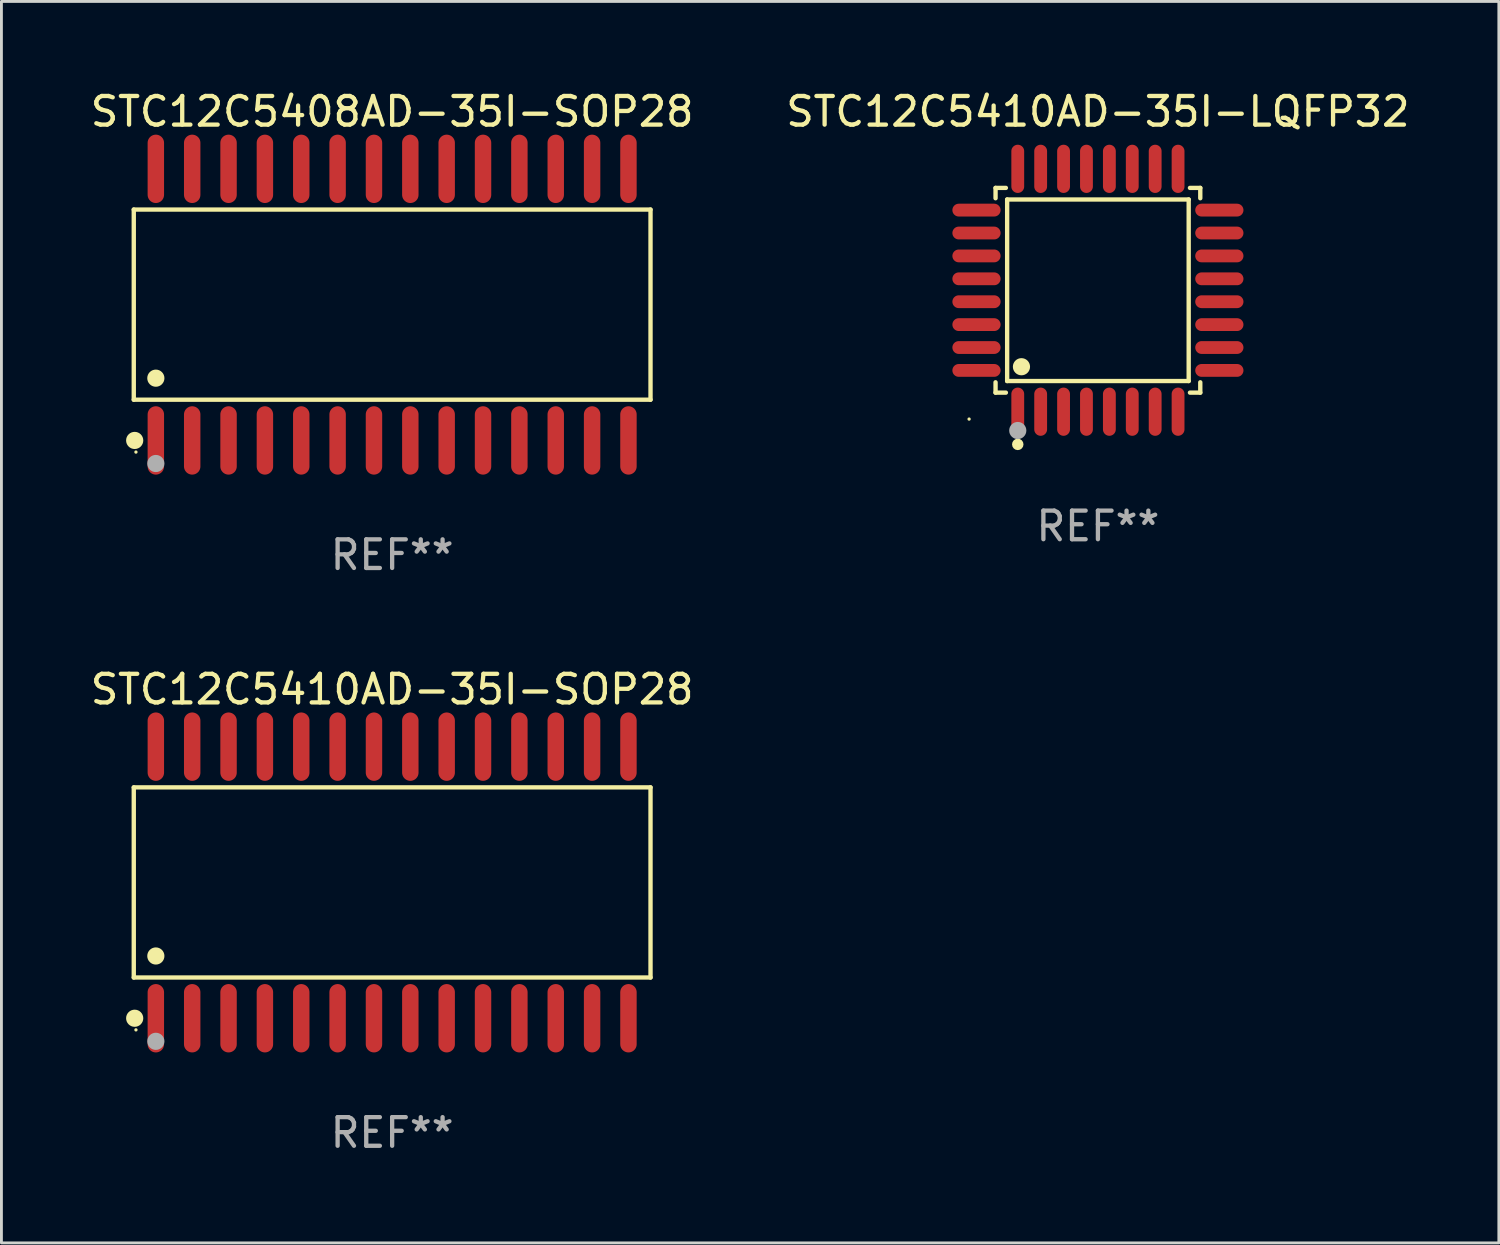
<source format=kicad_pcb>
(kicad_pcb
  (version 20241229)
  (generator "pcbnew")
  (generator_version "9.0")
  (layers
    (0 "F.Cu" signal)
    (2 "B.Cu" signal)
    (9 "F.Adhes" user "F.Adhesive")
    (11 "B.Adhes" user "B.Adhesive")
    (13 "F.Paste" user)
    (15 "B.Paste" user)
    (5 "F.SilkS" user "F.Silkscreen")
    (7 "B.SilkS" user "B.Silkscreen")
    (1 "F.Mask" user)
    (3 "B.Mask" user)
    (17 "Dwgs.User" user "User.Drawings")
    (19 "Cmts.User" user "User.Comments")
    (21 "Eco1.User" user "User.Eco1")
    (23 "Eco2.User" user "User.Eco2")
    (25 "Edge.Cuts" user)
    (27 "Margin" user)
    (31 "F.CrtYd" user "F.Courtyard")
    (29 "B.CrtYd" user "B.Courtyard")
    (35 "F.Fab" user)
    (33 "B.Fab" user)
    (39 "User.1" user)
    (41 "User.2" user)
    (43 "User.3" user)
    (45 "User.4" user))
  (footprint "STC12C5410AD-35I-LQFP32"
    (layer "F.Cu")
    (at 35.304 7.09)
    (property "Reference" "STC12C5410AD-35I-LQFP32" (at 0 -6.242 0) (layer "F.SilkS") (effects (font (size 1 1) (thickness 0.15))))
    (attr through_hole)
    (fp_line (start -3.576 -3.576) (end -3.215 -3.576) (stroke (width 0.152) (type solid)) (layer "F.SilkS"))
    (fp_line (start -3.576 -3.215) (end -3.576 -3.576) (stroke (width 0.152) (type solid)) (layer "F.SilkS"))
    (fp_line (start -3.576 3.215) (end -3.576 3.576) (stroke (width 0.152) (type solid)) (layer "F.SilkS"))
    (fp_line (start -3.576 3.576) (end -3.215 3.576) (stroke (width 0.152) (type solid)) (layer "F.SilkS"))
    (fp_line (start -3.171 -3.171) (end 3.171 -3.171) (stroke (width 0.152) (type solid)) (layer "F.SilkS"))
    (fp_line (start -3.171 3.171) (end -3.171 -3.171) (stroke (width 0.152) (type solid)) (layer "F.SilkS"))
    (fp_line (start 3.171 -3.171) (end 3.171 3.171) (stroke (width 0.152) (type solid)) (layer "F.SilkS"))
    (fp_line (start 3.171 3.171) (end -3.171 3.171) (stroke (width 0.152) (type solid)) (layer "F.SilkS"))
    (fp_line (start 3.576 -3.576) (end 3.215 -3.576) (stroke (width 0.152) (type solid)) (layer "F.SilkS"))
    (fp_line (start 3.576 -3.215) (end 3.576 -3.576) (stroke (width 0.152) (type solid)) (layer "F.SilkS"))
    (fp_line (start 3.576 3.215) (end 3.576 3.576) (stroke (width 0.152) (type solid)) (layer "F.SilkS"))
    (fp_line (start 3.576 3.576) (end 3.215 3.576) (stroke (width 0.152) (type solid)) (layer "F.SilkS"))
    (fp_circle (center -4.5 4.5) (end -4.47 4.5) (stroke (width 0.06) (type solid)) (fill no) (layer "F.SilkS"))
    (fp_circle (center -2.8 5.384) (end -2.7 5.384) (stroke (width 0.2) (type solid)) (fill no) (layer "F.SilkS"))
    (fp_circle (center -2.671 2.671) (end -2.521 2.671) (stroke (width 0.3) (type solid)) (fill no) (layer "F.SilkS"))
    (fp_circle (center -2.8 4.9) (end -2.65 4.9) (stroke (width 0.3) (type solid)) (fill no) (layer "F.Fab"))
    (fp_text user "REF**" (at 0 8.242 0) (layer "F.Fab") (effects (font (size 1 1) (thickness 0.15))))
    (pad "1" smd oval (at -2.8 4.242) (size 0.448 1.684) (layers "F.Cu" "F.Mask" "F.Paste"))
    (pad "2" smd oval (at -2 4.242) (size 0.448 1.684) (layers "F.Cu" "F.Mask" "F.Paste"))
    (pad "3" smd oval (at -1.2 4.242) (size 0.448 1.684) (layers "F.Cu" "F.Mask" "F.Paste"))
    (pad "4" smd oval (at -0.4 4.242) (size 0.448 1.684) (layers "F.Cu" "F.Mask" "F.Paste"))
    (pad "5" smd oval (at 0.4 4.242) (size 0.448 1.684) (layers "F.Cu" "F.Mask" "F.Paste"))
    (pad "6" smd oval (at 1.2 4.242) (size 0.448 1.684) (layers "F.Cu" "F.Mask" "F.Paste"))
    (pad "7" smd oval (at 2 4.242) (size 0.448 1.684) (layers "F.Cu" "F.Mask" "F.Paste"))
    (pad "8" smd oval (at 2.8 4.242) (size 0.448 1.684) (layers "F.Cu" "F.Mask" "F.Paste"))
    (pad "9" smd oval (at 4.242 2.8) (size 1.684 0.448) (layers "F.Cu" "F.Mask" "F.Paste"))
    (pad "10" smd oval (at 4.242 2) (size 1.684 0.448) (layers "F.Cu" "F.Mask" "F.Paste"))
    (pad "11" smd oval (at 4.242 1.2) (size 1.684 0.448) (layers "F.Cu" "F.Mask" "F.Paste"))
    (pad "12" smd oval (at 4.242 0.4) (size 1.684 0.448) (layers "F.Cu" "F.Mask" "F.Paste"))
    (pad "13" smd oval (at 4.242 -0.4) (size 1.684 0.448) (layers "F.Cu" "F.Mask" "F.Paste"))
    (pad "14" smd oval (at 4.242 -1.2) (size 1.684 0.448) (layers "F.Cu" "F.Mask" "F.Paste"))
    (pad "15" smd oval (at 4.242 -2) (size 1.684 0.448) (layers "F.Cu" "F.Mask" "F.Paste"))
    (pad "16" smd oval (at 4.242 -2.8) (size 1.684 0.448) (layers "F.Cu" "F.Mask" "F.Paste"))
    (pad "17" smd oval (at 2.8 -4.242) (size 0.448 1.684) (layers "F.Cu" "F.Mask" "F.Paste"))
    (pad "18" smd oval (at 2 -4.242) (size 0.448 1.684) (layers "F.Cu" "F.Mask" "F.Paste"))
    (pad "19" smd oval (at 1.2 -4.242) (size 0.448 1.684) (layers "F.Cu" "F.Mask" "F.Paste"))
    (pad "20" smd oval (at 0.4 -4.242) (size 0.448 1.684) (layers "F.Cu" "F.Mask" "F.Paste"))
    (pad "21" smd oval (at -0.4 -4.242) (size 0.448 1.684) (layers "F.Cu" "F.Mask" "F.Paste"))
    (pad "22" smd oval (at -1.2 -4.242) (size 0.448 1.684) (layers "F.Cu" "F.Mask" "F.Paste"))
    (pad "23" smd oval (at -2 -4.242) (size 0.448 1.684) (layers "F.Cu" "F.Mask" "F.Paste"))
    (pad "24" smd oval (at -2.8 -4.242) (size 0.448 1.684) (layers "F.Cu" "F.Mask" "F.Paste"))
    (pad "25" smd oval (at -4.242 -2.8) (size 1.684 0.448) (layers "F.Cu" "F.Mask" "F.Paste"))
    (pad "26" smd oval (at -4.242 -2) (size 1.684 0.448) (layers "F.Cu" "F.Mask" "F.Paste"))
    (pad "27" smd oval (at -4.242 -1.2) (size 1.684 0.448) (layers "F.Cu" "F.Mask" "F.Paste"))
    (pad "28" smd oval (at -4.242 -0.4) (size 1.684 0.448) (layers "F.Cu" "F.Mask" "F.Paste"))
    (pad "29" smd oval (at -4.242 0.4) (size 1.684 0.448) (layers "F.Cu" "F.Mask" "F.Paste"))
    (pad "30" smd oval (at -4.242 1.2) (size 1.684 0.448) (layers "F.Cu" "F.Mask" "F.Paste"))
    (pad "31" smd oval (at -4.242 2) (size 1.684 0.448) (layers "F.Cu" "F.Mask" "F.Paste"))
    (pad "32" smd oval (at -4.242 2.8) (size 1.684 0.448) (layers "F.Cu" "F.Mask" "F.Paste")))
  (footprint "STC12C5410AD-35I-SOP28"
    (layer "F.Cu")
    (at 10.649 27.777)
    (property "Reference" "STC12C5410AD-35I-SOP28" (at 0 -6.744 0) (layer "F.SilkS") (effects (font (size 1 1) (thickness 0.15))))
    (attr through_hole)
    (fp_line (start -9.026 -3.321) (end 9.026 -3.321) (stroke (width 0.152) (type solid)) (layer "F.SilkS"))
    (fp_line (start -9.026 3.321) (end -9.026 -3.321) (stroke (width 0.152) (type solid)) (layer "F.SilkS"))
    (fp_line (start 9.026 -3.321) (end 9.026 3.321) (stroke (width 0.152) (type solid)) (layer "F.SilkS"))
    (fp_line (start 9.026 3.321) (end -9.026 3.321) (stroke (width 0.152) (type solid)) (layer "F.SilkS"))
    (fp_circle (center -8.994 4.744) (end -8.844 4.744) (stroke (width 0.3) (type solid)) (fill no) (layer "F.SilkS"))
    (fp_circle (center -8.95 5.15) (end -8.92 5.15) (stroke (width 0.06) (type solid)) (fill no) (layer "F.SilkS"))
    (fp_circle (center -8.255 2.569) (end -8.105 2.569) (stroke (width 0.3) (type solid)) (fill no) (layer "F.SilkS"))
    (fp_circle (center -8.255 5.55) (end -8.105 5.55) (stroke (width 0.3) (type solid)) (fill no) (layer "F.Fab"))
    (fp_text user "REF**" (at 0 8.744 0) (layer "F.Fab") (effects (font (size 1 1) (thickness 0.15))))
    (pad "1" smd oval (at -8.255 4.744) (size 0.574 2.388) (layers "F.Cu" "F.Mask" "F.Paste"))
    (pad "2" smd oval (at -6.985 4.744) (size 0.574 2.388) (layers "F.Cu" "F.Mask" "F.Paste"))
    (pad "3" smd oval (at -5.715 4.744) (size 0.574 2.388) (layers "F.Cu" "F.Mask" "F.Paste"))
    (pad "4" smd oval (at -4.445 4.744) (size 0.574 2.388) (layers "F.Cu" "F.Mask" "F.Paste"))
    (pad "5" smd oval (at -3.175 4.744) (size 0.574 2.388) (layers "F.Cu" "F.Mask" "F.Paste"))
    (pad "6" smd oval (at -1.905 4.744) (size 0.574 2.388) (layers "F.Cu" "F.Mask" "F.Paste"))
    (pad "7" smd oval (at -0.635 4.744) (size 0.574 2.388) (layers "F.Cu" "F.Mask" "F.Paste"))
    (pad "8" smd oval (at 0.635 4.744) (size 0.574 2.388) (layers "F.Cu" "F.Mask" "F.Paste"))
    (pad "9" smd oval (at 1.905 4.744) (size 0.574 2.388) (layers "F.Cu" "F.Mask" "F.Paste"))
    (pad "10" smd oval (at 3.175 4.744) (size 0.574 2.388) (layers "F.Cu" "F.Mask" "F.Paste"))
    (pad "11" smd oval (at 4.445 4.744) (size 0.574 2.388) (layers "F.Cu" "F.Mask" "F.Paste"))
    (pad "12" smd oval (at 5.715 4.744) (size 0.574 2.388) (layers "F.Cu" "F.Mask" "F.Paste"))
    (pad "13" smd oval (at 6.985 4.744) (size 0.574 2.388) (layers "F.Cu" "F.Mask" "F.Paste"))
    (pad "14" smd oval (at 8.255 4.744) (size 0.574 2.388) (layers "F.Cu" "F.Mask" "F.Paste"))
    (pad "15" smd oval (at 8.255 -4.744) (size 0.574 2.388) (layers "F.Cu" "F.Mask" "F.Paste"))
    (pad "16" smd oval (at 6.985 -4.744) (size 0.574 2.388) (layers "F.Cu" "F.Mask" "F.Paste"))
    (pad "17" smd oval (at 5.715 -4.744) (size 0.574 2.388) (layers "F.Cu" "F.Mask" "F.Paste"))
    (pad "18" smd oval (at 4.445 -4.744) (size 0.574 2.388) (layers "F.Cu" "F.Mask" "F.Paste"))
    (pad "19" smd oval (at 3.175 -4.744) (size 0.574 2.388) (layers "F.Cu" "F.Mask" "F.Paste"))
    (pad "20" smd oval (at 1.905 -4.744) (size 0.574 2.388) (layers "F.Cu" "F.Mask" "F.Paste"))
    (pad "21" smd oval (at 0.635 -4.744) (size 0.574 2.388) (layers "F.Cu" "F.Mask" "F.Paste"))
    (pad "22" smd oval (at -0.635 -4.744) (size 0.574 2.388) (layers "F.Cu" "F.Mask" "F.Paste"))
    (pad "23" smd oval (at -1.905 -4.744) (size 0.574 2.388) (layers "F.Cu" "F.Mask" "F.Paste"))
    (pad "24" smd oval (at -3.175 -4.744) (size 0.574 2.388) (layers "F.Cu" "F.Mask" "F.Paste"))
    (pad "25" smd oval (at -4.445 -4.744) (size 0.574 2.388) (layers "F.Cu" "F.Mask" "F.Paste"))
    (pad "26" smd oval (at -5.715 -4.744) (size 0.574 2.388) (layers "F.Cu" "F.Mask" "F.Paste"))
    (pad "27" smd oval (at -6.985 -4.744) (size 0.574 2.388) (layers "F.Cu" "F.Mask" "F.Paste"))
    (pad "28" smd oval (at -8.255 -4.744) (size 0.574 2.388) (layers "F.Cu" "F.Mask" "F.Paste")))
  (footprint "STC12C5408AD-35I-SOP28"
    (layer "F.Cu")
    (at 10.649 7.592)
    (property "Reference" "STC12C5408AD-35I-SOP28" (at 0 -6.744 0) (layer "F.SilkS") (effects (font (size 1 1) (thickness 0.15))))
    (attr through_hole)
    (fp_line (start -9.026 -3.321) (end 9.026 -3.321) (stroke (width 0.152) (type solid)) (layer "F.SilkS"))
    (fp_line (start -9.026 3.321) (end -9.026 -3.321) (stroke (width 0.152) (type solid)) (layer "F.SilkS"))
    (fp_line (start 9.026 -3.321) (end 9.026 3.321) (stroke (width 0.152) (type solid)) (layer "F.SilkS"))
    (fp_line (start 9.026 3.321) (end -9.026 3.321) (stroke (width 0.152) (type solid)) (layer "F.SilkS"))
    (fp_circle (center -8.994 4.744) (end -8.844 4.744) (stroke (width 0.3) (type solid)) (fill no) (layer "F.SilkS"))
    (fp_circle (center -8.95 5.15) (end -8.92 5.15) (stroke (width 0.06) (type solid)) (fill no) (layer "F.SilkS"))
    (fp_circle (center -8.255 2.569) (end -8.105 2.569) (stroke (width 0.3) (type solid)) (fill no) (layer "F.SilkS"))
    (fp_circle (center -8.255 5.55) (end -8.105 5.55) (stroke (width 0.3) (type solid)) (fill no) (layer "F.Fab"))
    (fp_text user "REF**" (at 0 8.744 0) (layer "F.Fab") (effects (font (size 1 1) (thickness 0.15))))
    (pad "1" smd oval (at -8.255 4.744) (size 0.574 2.388) (layers "F.Cu" "F.Mask" "F.Paste"))
    (pad "2" smd oval (at -6.985 4.744) (size 0.574 2.388) (layers "F.Cu" "F.Mask" "F.Paste"))
    (pad "3" smd oval (at -5.715 4.744) (size 0.574 2.388) (layers "F.Cu" "F.Mask" "F.Paste"))
    (pad "4" smd oval (at -4.445 4.744) (size 0.574 2.388) (layers "F.Cu" "F.Mask" "F.Paste"))
    (pad "5" smd oval (at -3.175 4.744) (size 0.574 2.388) (layers "F.Cu" "F.Mask" "F.Paste"))
    (pad "6" smd oval (at -1.905 4.744) (size 0.574 2.388) (layers "F.Cu" "F.Mask" "F.Paste"))
    (pad "7" smd oval (at -0.635 4.744) (size 0.574 2.388) (layers "F.Cu" "F.Mask" "F.Paste"))
    (pad "8" smd oval (at 0.635 4.744) (size 0.574 2.388) (layers "F.Cu" "F.Mask" "F.Paste"))
    (pad "9" smd oval (at 1.905 4.744) (size 0.574 2.388) (layers "F.Cu" "F.Mask" "F.Paste"))
    (pad "10" smd oval (at 3.175 4.744) (size 0.574 2.388) (layers "F.Cu" "F.Mask" "F.Paste"))
    (pad "11" smd oval (at 4.445 4.744) (size 0.574 2.388) (layers "F.Cu" "F.Mask" "F.Paste"))
    (pad "12" smd oval (at 5.715 4.744) (size 0.574 2.388) (layers "F.Cu" "F.Mask" "F.Paste"))
    (pad "13" smd oval (at 6.985 4.744) (size 0.574 2.388) (layers "F.Cu" "F.Mask" "F.Paste"))
    (pad "14" smd oval (at 8.255 4.744) (size 0.574 2.388) (layers "F.Cu" "F.Mask" "F.Paste"))
    (pad "15" smd oval (at 8.255 -4.744) (size 0.574 2.388) (layers "F.Cu" "F.Mask" "F.Paste"))
    (pad "16" smd oval (at 6.985 -4.744) (size 0.574 2.388) (layers "F.Cu" "F.Mask" "F.Paste"))
    (pad "17" smd oval (at 5.715 -4.744) (size 0.574 2.388) (layers "F.Cu" "F.Mask" "F.Paste"))
    (pad "18" smd oval (at 4.445 -4.744) (size 0.574 2.388) (layers "F.Cu" "F.Mask" "F.Paste"))
    (pad "19" smd oval (at 3.175 -4.744) (size 0.574 2.388) (layers "F.Cu" "F.Mask" "F.Paste"))
    (pad "20" smd oval (at 1.905 -4.744) (size 0.574 2.388) (layers "F.Cu" "F.Mask" "F.Paste"))
    (pad "21" smd oval (at 0.635 -4.744) (size 0.574 2.388) (layers "F.Cu" "F.Mask" "F.Paste"))
    (pad "22" smd oval (at -0.635 -4.744) (size 0.574 2.388) (layers "F.Cu" "F.Mask" "F.Paste"))
    (pad "23" smd oval (at -1.905 -4.744) (size 0.574 2.388) (layers "F.Cu" "F.Mask" "F.Paste"))
    (pad "24" smd oval (at -3.175 -4.744) (size 0.574 2.388) (layers "F.Cu" "F.Mask" "F.Paste"))
    (pad "25" smd oval (at -4.445 -4.744) (size 0.574 2.388) (layers "F.Cu" "F.Mask" "F.Paste"))
    (pad "26" smd oval (at -5.715 -4.744) (size 0.574 2.388) (layers "F.Cu" "F.Mask" "F.Paste"))
    (pad "27" smd oval (at -6.985 -4.744) (size 0.574 2.388) (layers "F.Cu" "F.Mask" "F.Paste"))
    (pad "28" smd oval (at -8.255 -4.744) (size 0.574 2.388) (layers "F.Cu" "F.Mask" "F.Paste")))
  (gr_rect
    (start -3 -3)
    (end 49.31 40.369)
    (stroke (width 0.1) (type default))
    (fill no)
    (layer "Edge.Cuts")))
</source>
